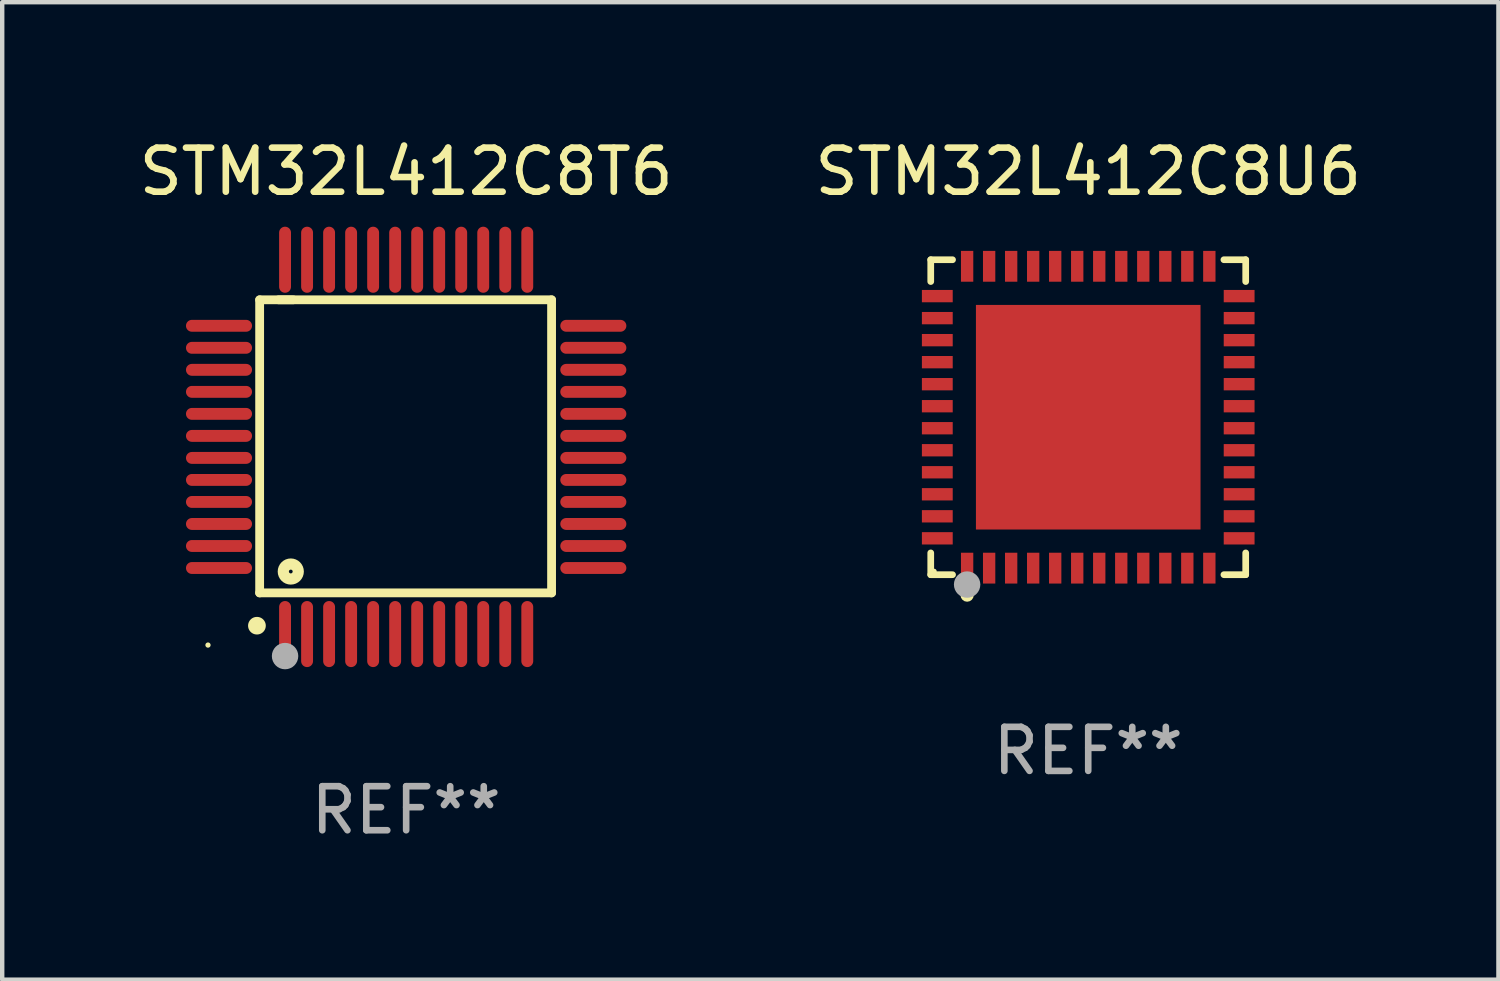
<source format=kicad_pcb>
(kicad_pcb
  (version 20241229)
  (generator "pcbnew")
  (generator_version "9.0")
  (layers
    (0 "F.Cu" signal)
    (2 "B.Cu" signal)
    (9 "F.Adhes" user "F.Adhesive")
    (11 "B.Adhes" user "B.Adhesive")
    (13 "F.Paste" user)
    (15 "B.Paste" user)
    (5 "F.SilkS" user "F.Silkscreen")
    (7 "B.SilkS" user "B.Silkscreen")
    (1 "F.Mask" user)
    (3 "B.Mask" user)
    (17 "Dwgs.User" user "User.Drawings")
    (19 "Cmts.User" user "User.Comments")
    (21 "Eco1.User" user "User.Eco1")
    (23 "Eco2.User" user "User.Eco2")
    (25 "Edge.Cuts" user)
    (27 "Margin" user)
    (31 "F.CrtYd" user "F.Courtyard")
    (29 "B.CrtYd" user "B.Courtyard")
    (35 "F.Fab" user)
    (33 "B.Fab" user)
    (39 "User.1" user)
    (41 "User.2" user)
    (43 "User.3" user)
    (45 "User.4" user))
  (footprint "STM32L412C8T6"
    (layer "F.Cu")
    (at 6.173 7.098)
    (property "Reference" "STM32L412C8T6" (at 0 -6.25 0) (layer "F.SilkS") (effects (font (size 1 1) (thickness 0.15))))
    (attr through_hole)
    (fp_line (start -3.327 -3.34) (end -2.565 -3.34) (stroke (width 0.2) (type solid)) (layer "F.SilkS"))
    (fp_line (start -3.327 3.315) (end -3.327 -3.34) (stroke (width 0.2) (type solid)) (layer "F.SilkS"))
    (fp_line (start -2.896 -3.34) (end 3.302 -3.34) (stroke (width 0.2) (type solid)) (layer "F.SilkS"))
    (fp_line (start 3.302 -3.34) (end 3.302 3.315) (stroke (width 0.2) (type solid)) (layer "F.SilkS"))
    (fp_line (start 3.302 3.315) (end -3.327 3.315) (stroke (width 0.2) (type solid)) (layer "F.SilkS"))
    (fp_arc (start -3.389992 4.059995) (mid -3.388722 4.059991) (end -3.387452 4.059995) (stroke (width 0.4) (type solid)) (layer "F.SilkS"))
    (fp_circle (center -4.5 4.5) (end -4.47 4.5) (stroke (width 0.06) (type solid)) (fill no) (layer "F.SilkS"))
    (fp_circle (center -2.62 2.83) (end -2.45 2.83) (stroke (width 0.254) (type solid)) (fill no) (layer "F.SilkS"))
    (fp_circle (center -2.75 4.75) (end -2.6 4.75) (stroke (width 0.3) (type solid)) (fill no) (layer "F.Fab"))
    (fp_text user "REF**" (at 0 8.25 0) (layer "F.Fab") (effects (font (size 1 1) (thickness 0.15))))
    (pad "1" smd oval (at -2.75 4.25) (size 0.27 1.5) (layers "F.Cu" "F.Mask" "F.Paste"))
    (pad "2" smd oval (at -2.25 4.25) (size 0.27 1.5) (layers "F.Cu" "F.Mask" "F.Paste"))
    (pad "3" smd oval (at -1.75 4.25) (size 0.27 1.5) (layers "F.Cu" "F.Mask" "F.Paste"))
    (pad "4" smd oval (at -1.25 4.25) (size 0.27 1.5) (layers "F.Cu" "F.Mask" "F.Paste"))
    (pad "5" smd oval (at -0.75 4.25) (size 0.27 1.5) (layers "F.Cu" "F.Mask" "F.Paste"))
    (pad "6" smd oval (at -0.25 4.25) (size 0.27 1.5) (layers "F.Cu" "F.Mask" "F.Paste"))
    (pad "7" smd oval (at 0.25 4.25) (size 0.27 1.5) (layers "F.Cu" "F.Mask" "F.Paste"))
    (pad "8" smd oval (at 0.75 4.25) (size 0.27 1.5) (layers "F.Cu" "F.Mask" "F.Paste"))
    (pad "9" smd oval (at 1.25 4.25) (size 0.27 1.5) (layers "F.Cu" "F.Mask" "F.Paste"))
    (pad "10" smd oval (at 1.75 4.25) (size 0.27 1.5) (layers "F.Cu" "F.Mask" "F.Paste"))
    (pad "11" smd oval (at 2.25 4.25) (size 0.27 1.5) (layers "F.Cu" "F.Mask" "F.Paste"))
    (pad "12" smd oval (at 2.75 4.25) (size 0.27 1.5) (layers "F.Cu" "F.Mask" "F.Paste"))
    (pad "13" smd oval (at 4.25 2.75) (size 1.5 0.27) (layers "F.Cu" "F.Mask" "F.Paste"))
    (pad "14" smd oval (at 4.25 2.25) (size 1.5 0.27) (layers "F.Cu" "F.Mask" "F.Paste"))
    (pad "15" smd oval (at 4.25 1.75) (size 1.5 0.27) (layers "F.Cu" "F.Mask" "F.Paste"))
    (pad "16" smd oval (at 4.25 1.25) (size 1.5 0.27) (layers "F.Cu" "F.Mask" "F.Paste"))
    (pad "17" smd oval (at 4.25 0.75) (size 1.5 0.27) (layers "F.Cu" "F.Mask" "F.Paste"))
    (pad "18" smd oval (at 4.25 0.25) (size 1.5 0.27) (layers "F.Cu" "F.Mask" "F.Paste"))
    (pad "19" smd oval (at 4.25 -0.25) (size 1.5 0.27) (layers "F.Cu" "F.Mask" "F.Paste"))
    (pad "20" smd oval (at 4.25 -0.75) (size 1.5 0.27) (layers "F.Cu" "F.Mask" "F.Paste"))
    (pad "21" smd oval (at 4.25 -1.25) (size 1.5 0.27) (layers "F.Cu" "F.Mask" "F.Paste"))
    (pad "22" smd oval (at 4.25 -1.75) (size 1.5 0.27) (layers "F.Cu" "F.Mask" "F.Paste"))
    (pad "23" smd oval (at 4.25 -2.25) (size 1.5 0.27) (layers "F.Cu" "F.Mask" "F.Paste"))
    (pad "24" smd oval (at 4.25 -2.75) (size 1.5 0.27) (layers "F.Cu" "F.Mask" "F.Paste"))
    (pad "25" smd oval (at 2.75 -4.25) (size 0.27 1.5) (layers "F.Cu" "F.Mask" "F.Paste"))
    (pad "26" smd oval (at 2.25 -4.25) (size 0.27 1.5) (layers "F.Cu" "F.Mask" "F.Paste"))
    (pad "27" smd oval (at 1.75 -4.25) (size 0.27 1.5) (layers "F.Cu" "F.Mask" "F.Paste"))
    (pad "28" smd oval (at 1.25 -4.25) (size 0.27 1.5) (layers "F.Cu" "F.Mask" "F.Paste"))
    (pad "29" smd oval (at 0.75 -4.25) (size 0.27 1.5) (layers "F.Cu" "F.Mask" "F.Paste"))
    (pad "30" smd oval (at 0.25 -4.25) (size 0.27 1.5) (layers "F.Cu" "F.Mask" "F.Paste"))
    (pad "31" smd oval (at -0.25 -4.25) (size 0.27 1.5) (layers "F.Cu" "F.Mask" "F.Paste"))
    (pad "32" smd oval (at -0.75 -4.25) (size 0.27 1.5) (layers "F.Cu" "F.Mask" "F.Paste"))
    (pad "33" smd oval (at -1.25 -4.25) (size 0.27 1.5) (layers "F.Cu" "F.Mask" "F.Paste"))
    (pad "34" smd oval (at -1.75 -4.25) (size 0.27 1.5) (layers "F.Cu" "F.Mask" "F.Paste"))
    (pad "35" smd oval (at -2.25 -4.25) (size 0.27 1.5) (layers "F.Cu" "F.Mask" "F.Paste"))
    (pad "36" smd oval (at -2.75 -4.25) (size 0.27 1.5) (layers "F.Cu" "F.Mask" "F.Paste"))
    (pad "37" smd oval (at -4.25 -2.75) (size 1.5 0.27) (layers "F.Cu" "F.Mask" "F.Paste"))
    (pad "38" smd oval (at -4.25 -2.25) (size 1.5 0.27) (layers "F.Cu" "F.Mask" "F.Paste"))
    (pad "39" smd oval (at -4.25 -1.75) (size 1.5 0.27) (layers "F.Cu" "F.Mask" "F.Paste"))
    (pad "40" smd oval (at -4.25 -1.25) (size 1.5 0.27) (layers "F.Cu" "F.Mask" "F.Paste"))
    (pad "41" smd oval (at -4.25 -0.75) (size 1.5 0.27) (layers "F.Cu" "F.Mask" "F.Paste"))
    (pad "42" smd oval (at -4.25 -0.25) (size 1.5 0.27) (layers "F.Cu" "F.Mask" "F.Paste"))
    (pad "43" smd oval (at -4.25 0.25) (size 1.5 0.27) (layers "F.Cu" "F.Mask" "F.Paste"))
    (pad "44" smd oval (at -4.25 0.75) (size 1.5 0.27) (layers "F.Cu" "F.Mask" "F.Paste"))
    (pad "45" smd oval (at -4.25 1.25) (size 1.5 0.27) (layers "F.Cu" "F.Mask" "F.Paste"))
    (pad "46" smd oval (at -4.25 1.75) (size 1.5 0.27) (layers "F.Cu" "F.Mask" "F.Paste"))
    (pad "47" smd oval (at -4.25 2.25) (size 1.5 0.27) (layers "F.Cu" "F.Mask" "F.Paste"))
    (pad "48" smd oval (at -4.25 2.75) (size 1.5 0.27) (layers "F.Cu" "F.Mask" "F.Paste")))
  (footprint "STM32L412C8U6"
    (layer "F.Cu")
    (at 21.661 6.424)
    (property "Reference" "STM32L412C8U6" (at 0 -5.576 0) (layer "F.SilkS") (effects (font (size 1 1) (thickness 0.15))))
    (attr through_hole)
    (fp_line (start -3.576 -3.576) (end -3.081 -3.576) (stroke (width 0.152) (type solid)) (layer "F.SilkS"))
    (fp_line (start -3.576 -3.081) (end -3.576 -3.576) (stroke (width 0.152) (type solid)) (layer "F.SilkS"))
    (fp_line (start -3.576 3.081) (end -3.576 3.576) (stroke (width 0.152) (type solid)) (layer "F.SilkS"))
    (fp_line (start -3.576 3.576) (end -3.081 3.576) (stroke (width 0.152) (type solid)) (layer "F.SilkS"))
    (fp_line (start 3.576 -3.576) (end 3.081 -3.576) (stroke (width 0.152) (type solid)) (layer "F.SilkS"))
    (fp_line (start 3.576 -3.081) (end 3.576 -3.576) (stroke (width 0.152) (type solid)) (layer "F.SilkS"))
    (fp_line (start 3.576 3.081) (end 3.576 3.576) (stroke (width 0.152) (type solid)) (layer "F.SilkS"))
    (fp_line (start 3.576 3.576) (end 3.081 3.576) (stroke (width 0.152) (type solid)) (layer "F.SilkS"))
    (fp_circle (center -3.5 3.5) (end -3.47 3.5) (stroke (width 0.06) (type solid)) (fill no) (layer "F.SilkS"))
    (fp_circle (center -2.75 4.04) (end -2.675 4.04) (stroke (width 0.15) (type solid)) (fill no) (layer "F.SilkS"))
    (fp_circle (center -2.75 3.8) (end -2.6 3.8) (stroke (width 0.3) (type solid)) (fill no) (layer "F.Fab"))
    (fp_text user "REF**" (at 0 7.576 0) (layer "F.Fab") (effects (font (size 1 1) (thickness 0.15))))
    (pad "1" smd rect (at -2.75 3.427) (size 0.28 0.7) (layers "F.Cu" "F.Mask" "F.Paste"))
    (pad "2" smd rect (at -2.25 3.427) (size 0.28 0.7) (layers "F.Cu" "F.Mask" "F.Paste"))
    (pad "3" smd rect (at -1.75 3.427) (size 0.28 0.7) (layers "F.Cu" "F.Mask" "F.Paste"))
    (pad "4" smd rect (at -1.25 3.427) (size 0.28 0.7) (layers "F.Cu" "F.Mask" "F.Paste"))
    (pad "5" smd rect (at -0.75 3.427) (size 0.28 0.7) (layers "F.Cu" "F.Mask" "F.Paste"))
    (pad "6" smd rect (at -0.25 3.427) (size 0.28 0.7) (layers "F.Cu" "F.Mask" "F.Paste"))
    (pad "7" smd rect (at 0.25 3.427) (size 0.28 0.7) (layers "F.Cu" "F.Mask" "F.Paste"))
    (pad "8" smd rect (at 0.75 3.427) (size 0.28 0.7) (layers "F.Cu" "F.Mask" "F.Paste"))
    (pad "9" smd rect (at 1.25 3.427) (size 0.28 0.7) (layers "F.Cu" "F.Mask" "F.Paste"))
    (pad "10" smd rect (at 1.75 3.427) (size 0.28 0.7) (layers "F.Cu" "F.Mask" "F.Paste"))
    (pad "11" smd rect (at 2.25 3.427) (size 0.28 0.7) (layers "F.Cu" "F.Mask" "F.Paste"))
    (pad "12" smd rect (at 2.75 3.427) (size 0.28 0.7) (layers "F.Cu" "F.Mask" "F.Paste"))
    (pad "13" smd rect (at 3.427 2.75) (size 0.7 0.28) (layers "F.Cu" "F.Mask" "F.Paste"))
    (pad "14" smd rect (at 3.427 2.25) (size 0.7 0.28) (layers "F.Cu" "F.Mask" "F.Paste"))
    (pad "15" smd rect (at 3.427 1.75) (size 0.7 0.28) (layers "F.Cu" "F.Mask" "F.Paste"))
    (pad "16" smd rect (at 3.427 1.25) (size 0.7 0.28) (layers "F.Cu" "F.Mask" "F.Paste"))
    (pad "17" smd rect (at 3.427 0.75) (size 0.7 0.28) (layers "F.Cu" "F.Mask" "F.Paste"))
    (pad "18" smd rect (at 3.427 0.25) (size 0.7 0.28) (layers "F.Cu" "F.Mask" "F.Paste"))
    (pad "19" smd rect (at 3.427 -0.25) (size 0.7 0.28) (layers "F.Cu" "F.Mask" "F.Paste"))
    (pad "20" smd rect (at 3.427 -0.75) (size 0.7 0.28) (layers "F.Cu" "F.Mask" "F.Paste"))
    (pad "21" smd rect (at 3.427 -1.25) (size 0.7 0.28) (layers "F.Cu" "F.Mask" "F.Paste"))
    (pad "22" smd rect (at 3.427 -1.75) (size 0.7 0.28) (layers "F.Cu" "F.Mask" "F.Paste"))
    (pad "23" smd rect (at 3.427 -2.25) (size 0.7 0.28) (layers "F.Cu" "F.Mask" "F.Paste"))
    (pad "24" smd rect (at 3.427 -2.75) (size 0.7 0.28) (layers "F.Cu" "F.Mask" "F.Paste"))
    (pad "25" smd rect (at 2.75 -3.427) (size 0.28 0.7) (layers "F.Cu" "F.Mask" "F.Paste"))
    (pad "26" smd rect (at 2.25 -3.427) (size 0.28 0.7) (layers "F.Cu" "F.Mask" "F.Paste"))
    (pad "27" smd rect (at 1.75 -3.427) (size 0.28 0.7) (layers "F.Cu" "F.Mask" "F.Paste"))
    (pad "28" smd rect (at 1.25 -3.427) (size 0.28 0.7) (layers "F.Cu" "F.Mask" "F.Paste"))
    (pad "29" smd rect (at 0.75 -3.427) (size 0.28 0.7) (layers "F.Cu" "F.Mask" "F.Paste"))
    (pad "30" smd rect (at 0.25 -3.427) (size 0.28 0.7) (layers "F.Cu" "F.Mask" "F.Paste"))
    (pad "31" smd rect (at -0.25 -3.427) (size 0.28 0.7) (layers "F.Cu" "F.Mask" "F.Paste"))
    (pad "32" smd rect (at -0.75 -3.427) (size 0.28 0.7) (layers "F.Cu" "F.Mask" "F.Paste"))
    (pad "33" smd rect (at -1.25 -3.427) (size 0.28 0.7) (layers "F.Cu" "F.Mask" "F.Paste"))
    (pad "34" smd rect (at -1.75 -3.427) (size 0.28 0.7) (layers "F.Cu" "F.Mask" "F.Paste"))
    (pad "35" smd rect (at -2.25 -3.427) (size 0.28 0.7) (layers "F.Cu" "F.Mask" "F.Paste"))
    (pad "36" smd rect (at -2.75 -3.427) (size 0.28 0.7) (layers "F.Cu" "F.Mask" "F.Paste"))
    (pad "37" smd rect (at -3.427 -2.75) (size 0.7 0.28) (layers "F.Cu" "F.Mask" "F.Paste"))
    (pad "38" smd rect (at -3.427 -2.25) (size 0.7 0.28) (layers "F.Cu" "F.Mask" "F.Paste"))
    (pad "39" smd rect (at -3.427 -1.75) (size 0.7 0.28) (layers "F.Cu" "F.Mask" "F.Paste"))
    (pad "40" smd rect (at -3.427 -1.25) (size 0.7 0.28) (layers "F.Cu" "F.Mask" "F.Paste"))
    (pad "41" smd rect (at -3.427 -0.75) (size 0.7 0.28) (layers "F.Cu" "F.Mask" "F.Paste"))
    (pad "42" smd rect (at -3.427 -0.25) (size 0.7 0.28) (layers "F.Cu" "F.Mask" "F.Paste"))
    (pad "43" smd rect (at -3.427 0.25) (size 0.7 0.28) (layers "F.Cu" "F.Mask" "F.Paste"))
    (pad "44" smd rect (at -3.427 0.75) (size 0.7 0.28) (layers "F.Cu" "F.Mask" "F.Paste"))
    (pad "45" smd rect (at -3.427 1.25) (size 0.7 0.28) (layers "F.Cu" "F.Mask" "F.Paste"))
    (pad "46" smd rect (at -3.427 1.75) (size 0.7 0.28) (layers "F.Cu" "F.Mask" "F.Paste"))
    (pad "47" smd rect (at -3.427 2.25) (size 0.7 0.28) (layers "F.Cu" "F.Mask" "F.Paste"))
    (pad "48" smd rect (at -3.427 2.75) (size 0.7 0.28) (layers "F.Cu" "F.Mask" "F.Paste"))
    (pad "49" smd rect (at 0 0) (size 5.1 5.1) (layers "F.Cu" "F.Mask" "F.Paste")))
  (gr_rect
    (start -3 -3)
    (end 30.976 19.196)
    (stroke (width 0.1) (type default))
    (fill no)
    (layer "Edge.Cuts")))
</source>
